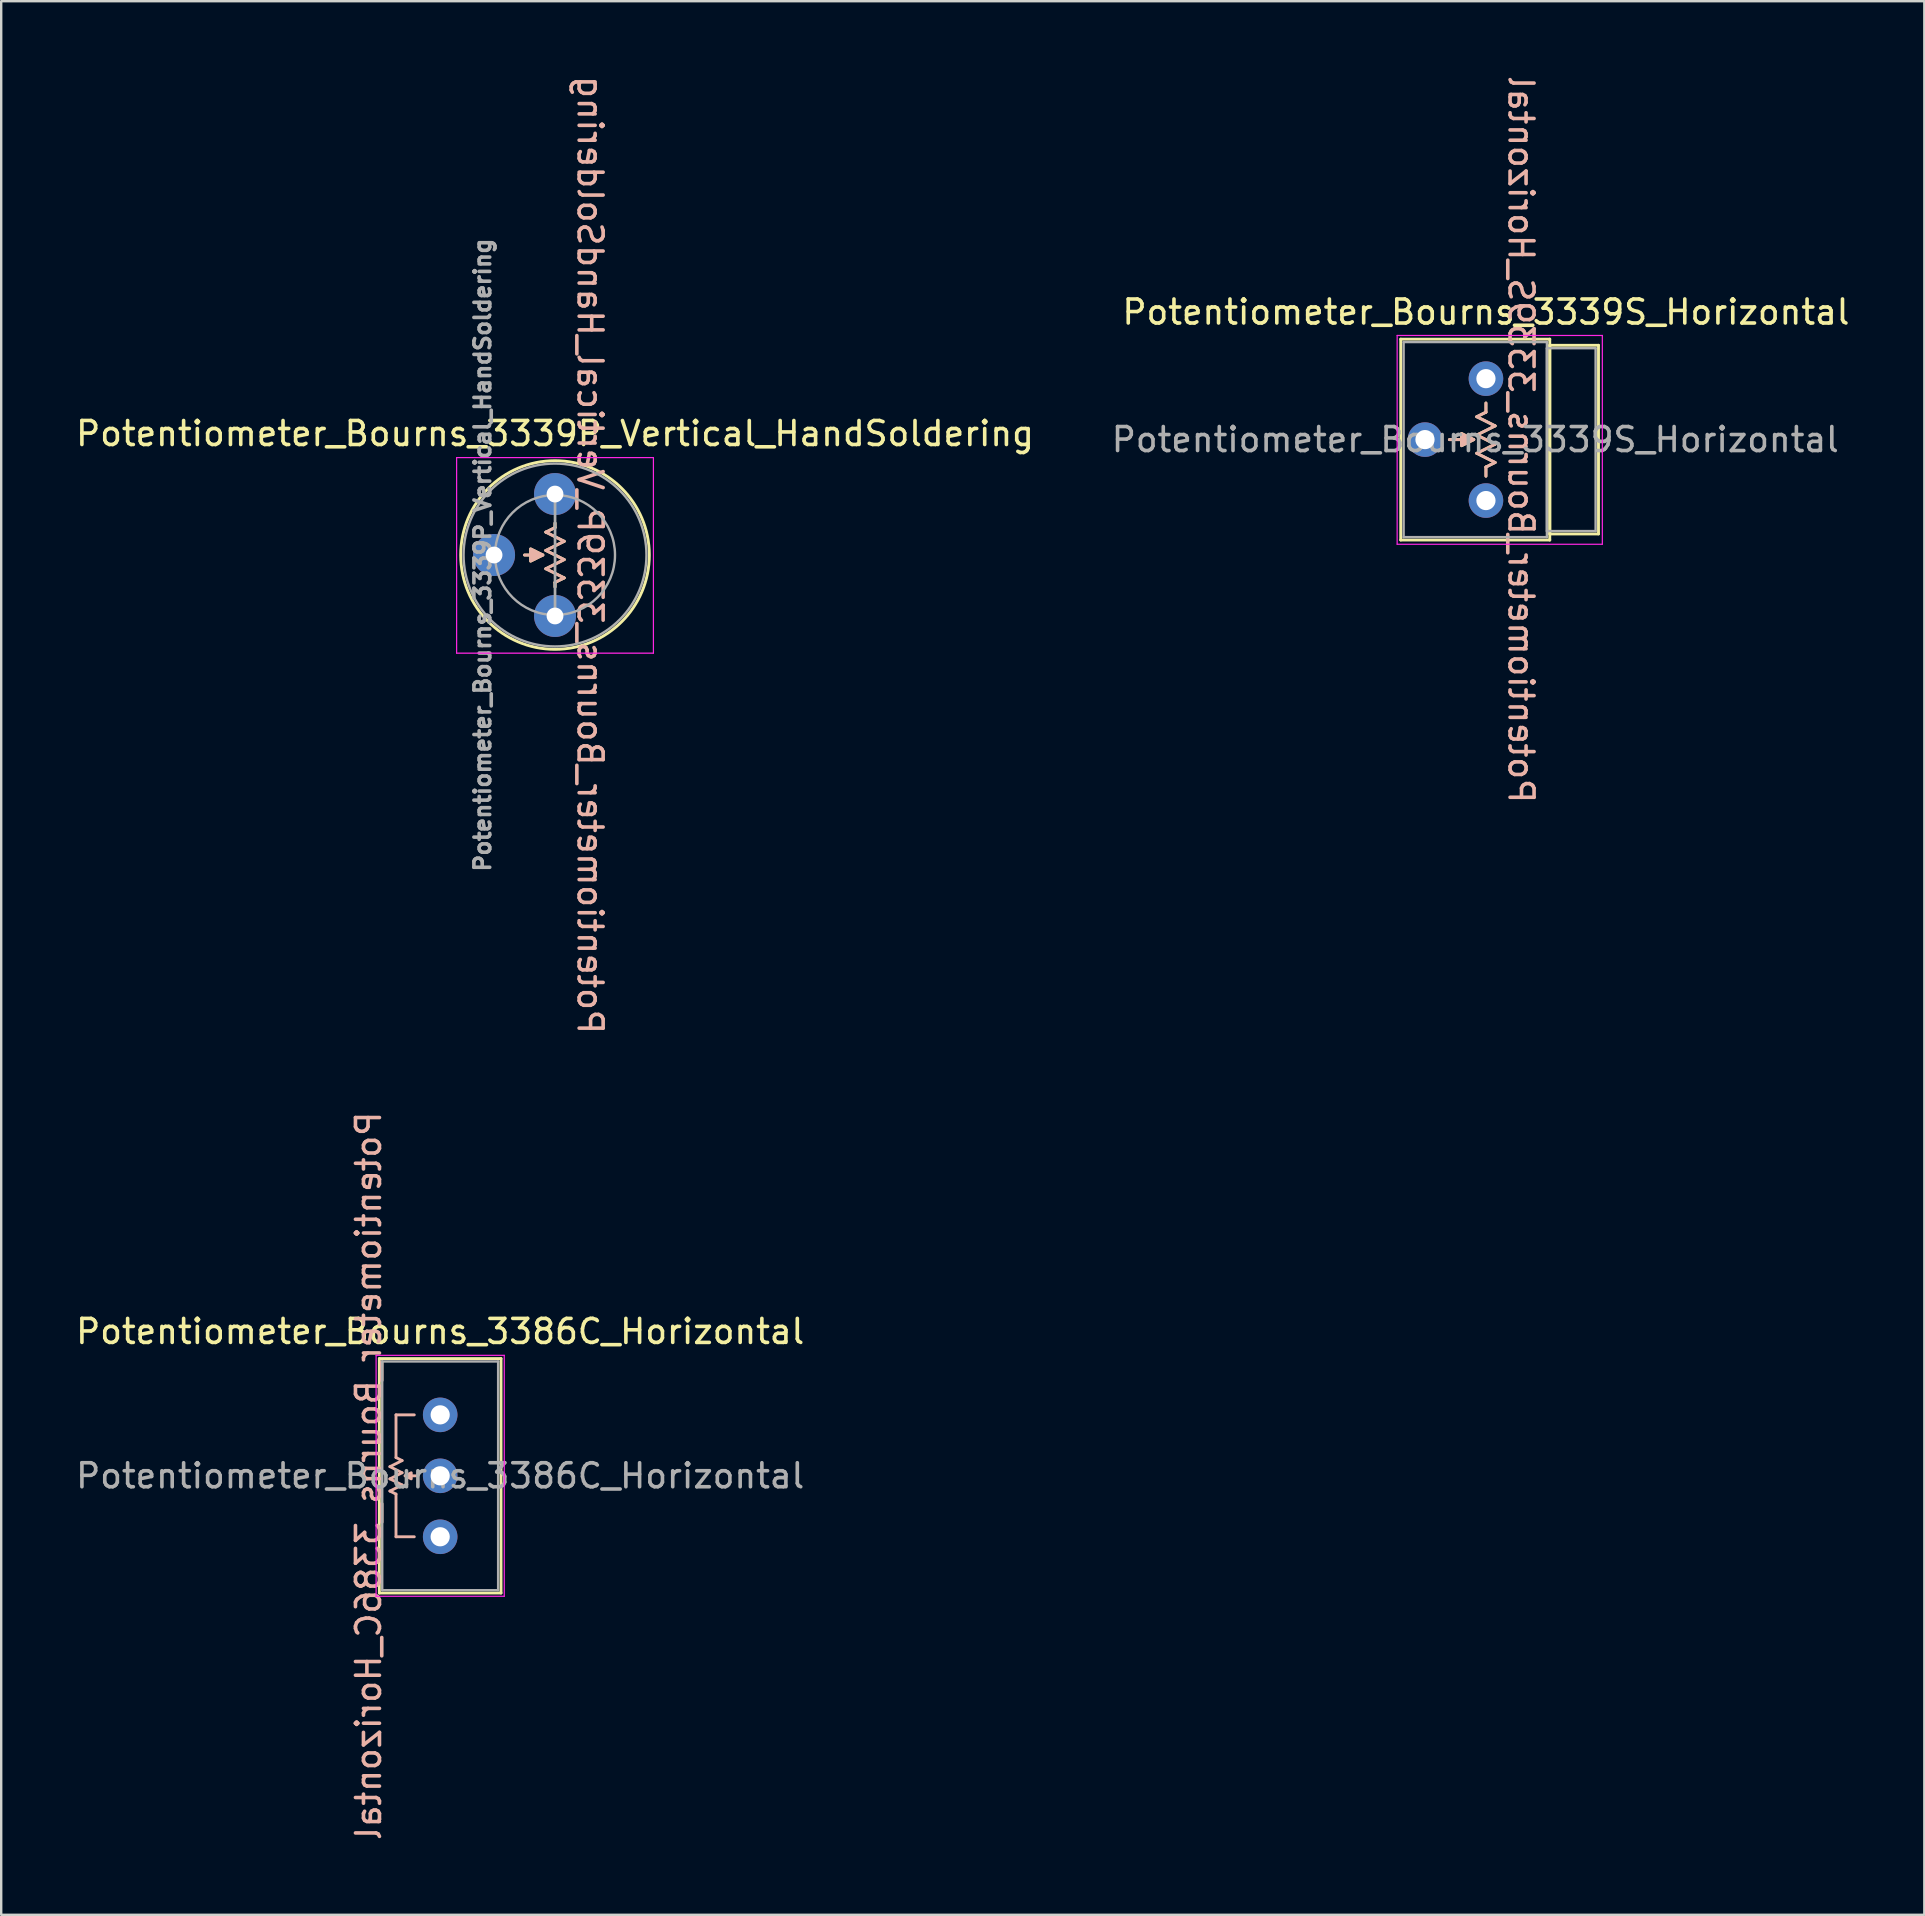
<source format=kicad_pcb>
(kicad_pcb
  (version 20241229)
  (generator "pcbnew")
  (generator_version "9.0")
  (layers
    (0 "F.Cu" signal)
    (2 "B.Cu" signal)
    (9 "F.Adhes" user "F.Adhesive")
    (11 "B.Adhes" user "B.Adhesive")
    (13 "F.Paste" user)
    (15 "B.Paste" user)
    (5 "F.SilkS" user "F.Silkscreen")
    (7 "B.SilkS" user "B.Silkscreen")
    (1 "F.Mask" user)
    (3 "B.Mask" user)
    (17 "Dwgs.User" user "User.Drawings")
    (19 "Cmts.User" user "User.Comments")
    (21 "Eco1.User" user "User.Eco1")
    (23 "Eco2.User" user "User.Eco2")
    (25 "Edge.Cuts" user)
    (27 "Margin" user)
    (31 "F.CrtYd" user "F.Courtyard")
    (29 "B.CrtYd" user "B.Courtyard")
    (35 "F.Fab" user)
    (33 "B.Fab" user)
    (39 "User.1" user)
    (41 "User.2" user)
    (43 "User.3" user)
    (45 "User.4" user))
  (footprint "Potentiometer_Bourns_3386C_Horizontal"
    (layer "F.Cu")
    (at 15.292 55.906)
    (property "Reference" "Potentiometer_Bourns_3386C_Horizontal" (at 0 -3.475 0) (layer "F.SilkS") (effects (font (size 1 1) (thickness 0.15))))
    (attr through_hole)
    (fp_line (start -2.535 -2.345) (end -2.535 7.425) (stroke (width 0.12) (type solid)) (layer "F.SilkS"))
    (fp_line (start -2.535 -2.345) (end 2.535 -2.345) (stroke (width 0.12) (type solid)) (layer "F.SilkS"))
    (fp_line (start -2.535 7.425) (end 2.535 7.425) (stroke (width 0.12) (type solid)) (layer "F.SilkS"))
    (fp_line (start 2.535 -2.345) (end 2.535 7.425) (stroke (width 0.12) (type solid)) (layer "F.SilkS"))
    (fp_line (start -2.095 2.159) (end -1.587 1.905) (stroke (width 0.12) (type solid)) (layer "B.SilkS"))
    (fp_line (start -2.095 2.667) (end -1.587 2.413) (stroke (width 0.12) (type solid)) (layer "B.SilkS"))
    (fp_line (start -2.095 3.175) (end -1.587 2.921) (stroke (width 0.12) (type solid)) (layer "B.SilkS"))
    (fp_line (start -1.841 0) (end -1.079 0) (stroke (width 0.12) (type solid)) (layer "B.SilkS"))
    (fp_line (start -1.841 1.778) (end -1.841 0) (stroke (width 0.12) (type solid)) (layer "B.SilkS"))
    (fp_line (start -1.841 3.302) (end -2.095 3.175) (stroke (width 0.12) (type solid)) (layer "B.SilkS"))
    (fp_line (start -1.841 5.08) (end -1.841 3.302) (stroke (width 0.12) (type solid)) (layer "B.SilkS"))
    (fp_line (start -1.587 1.905) (end -1.841 1.778) (stroke (width 0.12) (type solid)) (layer "B.SilkS"))
    (fp_line (start -1.587 2.413) (end -2.095 2.159) (stroke (width 0.12) (type solid)) (layer "B.SilkS"))
    (fp_line (start -1.587 2.921) (end -2.095 2.667) (stroke (width 0.12) (type solid)) (layer "B.SilkS"))
    (fp_line (start -1.46 2.54) (end -1.016 2.54) (stroke (width 0.12) (type solid)) (layer "B.SilkS"))
    (fp_line (start -1.079 5.08) (end -1.841 5.08) (stroke (width 0.12) (type solid)) (layer "B.SilkS"))
    (fp_poly (pts (xy -1.206 2.413) (xy -1.206 2.667) (xy -1.46 2.54)) (stroke (width 0.12) (type solid)) (fill yes) (layer "B.SilkS"))
    (fp_line (start -2.67 -2.48) (end -2.67 7.56) (stroke (width 0.05) (type solid)) (layer "F.CrtYd"))
    (fp_line (start -2.67 7.56) (end 2.67 7.56) (stroke (width 0.05) (type solid)) (layer "F.CrtYd"))
    (fp_line (start 2.67 -2.48) (end -2.67 -2.48) (stroke (width 0.05) (type solid)) (layer "F.CrtYd"))
    (fp_line (start 2.67 7.56) (end 2.67 -2.48) (stroke (width 0.05) (type solid)) (layer "F.CrtYd"))
    (fp_line (start -2.415 -2.225) (end 2.415 -2.225) (stroke (width 0.1) (type solid)) (layer "F.Fab"))
    (fp_line (start -2.415 7.305) (end -2.415 -2.225) (stroke (width 0.1) (type solid)) (layer "F.Fab"))
    (fp_line (start 2.415 -2.225) (end 2.415 7.305) (stroke (width 0.1) (type solid)) (layer "F.Fab"))
    (fp_line (start 2.415 7.305) (end -2.415 7.305) (stroke (width 0.1) (type solid)) (layer "F.Fab"))
    (fp_text user "${REFERENCE}" (at -2.985 2.54 90) (unlocked yes) (layer "B.SilkS") (effects (font (size 1 1) (thickness 0.15)) (justify mirror)))
    (fp_text user "${REFERENCE}" (at 0 2.54 0) (layer "F.Fab") (effects (font (size 1 1) (thickness 0.15))))
    (pad "1" thru_hole circle (at 0 0) (size 1.44 1.44) (drill 0.8) (layers "*.Cu" "*.Mask"))
    (pad "2" thru_hole circle (at 0 2.54) (size 1.44 1.44) (drill 0.8) (layers "*.Cu" "*.Mask"))
    (pad "3" thru_hole circle (at 0 5.08) (size 1.44 1.44) (drill 0.8) (layers "*.Cu" "*.Mask")))
  (footprint "Potentiometer_Bourns_3339S_Horizontal"
    (layer "F.Cu")
    (at 58.868 12.728)
    (property "Reference" "Potentiometer_Bourns_3339S_Horizontal" (at 0 -2.775 0) (layer "F.SilkS") (effects (font (size 1 1) (thickness 0.15))))
    (attr through_hole)
    (fp_line (start -3.55 -1.646) (end -3.55 6.725) (stroke (width 0.12) (type solid)) (layer "F.SilkS"))
    (fp_line (start -3.55 -1.646) (end 2.66 -1.646) (stroke (width 0.12) (type solid)) (layer "F.SilkS"))
    (fp_line (start -3.55 6.725) (end 2.66 6.725) (stroke (width 0.12) (type solid)) (layer "F.SilkS"))
    (fp_line (start -1.524 2.54) (end -0.508 2.54) (stroke (width 0.12) (type solid)) (layer "F.SilkS"))
    (fp_line (start -0.381 1.587) (end 0.381 1.968) (stroke (width 0.12) (type solid)) (layer "F.SilkS"))
    (fp_line (start -0.381 2.349) (end 0.381 2.731) (stroke (width 0.12) (type solid)) (layer "F.SilkS"))
    (fp_line (start -0.381 3.111) (end 0.381 3.493) (stroke (width 0.12) (type solid)) (layer "F.SilkS"))
    (fp_line (start 0 1.397) (end -0.381 1.587) (stroke (width 0.12) (type solid)) (layer "F.SilkS"))
    (fp_line (start 0 1.397) (end 0 1.016) (stroke (width 0.12) (type solid)) (layer "F.SilkS"))
    (fp_line (start 0 3.683) (end 0 4.064) (stroke (width 0.12) (type solid)) (layer "F.SilkS"))
    (fp_line (start 0.381 1.968) (end -0.381 2.349) (stroke (width 0.12) (type solid)) (layer "F.SilkS"))
    (fp_line (start 0.381 2.731) (end -0.381 3.111) (stroke (width 0.12) (type solid)) (layer "F.SilkS"))
    (fp_line (start 0.381 3.493) (end 0 3.683) (stroke (width 0.12) (type solid)) (layer "F.SilkS"))
    (fp_line (start 2.66 -1.646) (end 2.66 6.725) (stroke (width 0.12) (type solid)) (layer "F.SilkS"))
    (fp_line (start 2.66 -1.39) (end 2.66 6.471) (stroke (width 0.12) (type solid)) (layer "F.SilkS"))
    (fp_line (start 2.66 -1.39) (end 4.69 -1.39) (stroke (width 0.12) (type solid)) (layer "F.SilkS"))
    (fp_line (start 2.66 6.471) (end 4.69 6.471) (stroke (width 0.12) (type solid)) (layer "F.SilkS"))
    (fp_line (start 4.69 -1.39) (end 4.69 6.471) (stroke (width 0.12) (type solid)) (layer "F.SilkS"))
    (fp_poly (pts (xy -0.508 2.54) (xy -1.016 2.794) (xy -1.016 2.286)) (stroke (width 0.12) (type solid)) (fill yes) (layer "F.SilkS"))
    (fp_line (start -1.524 2.54) (end -0.508 2.54) (stroke (width 0.12) (type solid)) (layer "B.SilkS"))
    (fp_line (start -0.381 1.587) (end 0.381 1.968) (stroke (width 0.12) (type solid)) (layer "B.SilkS"))
    (fp_line (start -0.381 2.349) (end 0.381 2.731) (stroke (width 0.12) (type solid)) (layer "B.SilkS"))
    (fp_line (start -0.381 3.111) (end 0.381 3.493) (stroke (width 0.12) (type solid)) (layer "B.SilkS"))
    (fp_line (start 0 1.016) (end 0 1.397) (stroke (width 0.12) (type solid)) (layer "B.SilkS"))
    (fp_line (start 0 1.397) (end -0.381 1.587) (stroke (width 0.12) (type solid)) (layer "B.SilkS"))
    (fp_line (start 0 3.683) (end 0 4.064) (stroke (width 0.12) (type solid)) (layer "B.SilkS"))
    (fp_line (start 0.381 1.968) (end -0.381 2.349) (stroke (width 0.12) (type solid)) (layer "B.SilkS"))
    (fp_line (start 0.381 2.731) (end -0.381 3.111) (stroke (width 0.12) (type solid)) (layer "B.SilkS"))
    (fp_line (start 0.381 3.493) (end 0 3.683) (stroke (width 0.12) (type solid)) (layer "B.SilkS"))
    (fp_poly (pts (xy -0.508 2.54) (xy -1.016 2.794) (xy -1.016 2.286)) (stroke (width 0.12) (type solid)) (fill yes) (layer "B.SilkS"))
    (fp_line (start -3.7 -1.8) (end -3.7 6.9) (stroke (width 0.05) (type solid)) (layer "F.CrtYd"))
    (fp_line (start -3.7 6.9) (end 4.85 6.9) (stroke (width 0.05) (type solid)) (layer "F.CrtYd"))
    (fp_line (start 4.85 -1.8) (end -3.7 -1.8) (stroke (width 0.05) (type solid)) (layer "F.CrtYd"))
    (fp_line (start 4.85 6.9) (end 4.85 -1.8) (stroke (width 0.05) (type solid)) (layer "F.CrtYd"))
    (fp_line (start -3.43 -1.525) (end -3.43 6.605) (stroke (width 0.1) (type solid)) (layer "F.Fab"))
    (fp_line (start -3.43 6.605) (end 2.54 6.605) (stroke (width 0.1) (type solid)) (layer "F.Fab"))
    (fp_line (start 2.54 -1.525) (end -3.43 -1.525) (stroke (width 0.1) (type solid)) (layer "F.Fab"))
    (fp_line (start 2.54 -1.27) (end 2.54 6.35) (stroke (width 0.1) (type solid)) (layer "F.Fab"))
    (fp_line (start 2.54 6.35) (end 4.57 6.35) (stroke (width 0.1) (type solid)) (layer "F.Fab"))
    (fp_line (start 2.54 6.605) (end 2.54 -1.525) (stroke (width 0.1) (type solid)) (layer "F.Fab"))
    (fp_line (start 4.57 -1.27) (end 2.54 -1.27) (stroke (width 0.1) (type solid)) (layer "F.Fab"))
    (fp_line (start 4.57 6.35) (end 4.57 -1.27) (stroke (width 0.1) (type solid)) (layer "F.Fab"))
    (fp_text user "${REFERENCE}" (at 1.46 2.54 270) (unlocked yes) (layer "B.SilkS") (effects (font (size 1 1) (thickness 0.15)) (justify mirror)))
    (fp_text user "${REFERENCE}" (at -0.445 2.54 0) (layer "F.Fab") (effects (font (size 1 1) (thickness 0.15))))
    (pad "1" thru_hole circle (at 0 0) (size 1.44 1.44) (drill 0.8) (layers "*.Cu" "*.Mask"))
    (pad "2" thru_hole circle (at -2.54 2.54) (size 1.44 1.44) (drill 0.8) (layers "*.Cu" "*.Mask"))
    (pad "3" thru_hole circle (at 0 5.08) (size 1.44 1.44) (drill 0.8) (layers "*.Cu" "*.Mask")))
  (footprint "Potentiometer_Bourns_3339P_Vertical_HandSoldering"
    (layer "F.Cu")
    (at 20.077 22.617)
    (property "Reference" "Potentiometer_Bourns_3339P_Vertical_HandSoldering" (at 0 -7.6 0) (layer "F.SilkS") (effects (font (size 1 1) (thickness 0.15))))
    (attr through_hole)
    (fp_line (start -1.27 -2.54) (end -0.508 -2.54) (stroke (width 0.12) (type solid)) (layer "F.SilkS"))
    (fp_line (start -0.381 -3.493) (end 0.381 -3.111) (stroke (width 0.12) (type solid)) (layer "F.SilkS"))
    (fp_line (start -0.381 -2.731) (end 0.381 -2.349) (stroke (width 0.12) (type solid)) (layer "F.SilkS"))
    (fp_line (start -0.381 -1.968) (end 0.381 -1.587) (stroke (width 0.12) (type solid)) (layer "F.SilkS"))
    (fp_line (start 0 -3.683) (end -0.381 -3.493) (stroke (width 0.12) (type solid)) (layer "F.SilkS"))
    (fp_line (start 0 -3.683) (end 0 -3.873) (stroke (width 0.12) (type solid)) (layer "F.SilkS"))
    (fp_line (start 0 -1.397) (end 0 -1.206) (stroke (width 0.12) (type solid)) (layer "F.SilkS"))
    (fp_line (start 0.381 -3.111) (end -0.381 -2.731) (stroke (width 0.12) (type solid)) (layer "F.SilkS"))
    (fp_line (start 0.381 -2.349) (end -0.381 -1.968) (stroke (width 0.12) (type solid)) (layer "F.SilkS"))
    (fp_line (start 0.381 -1.587) (end 0 -1.397) (stroke (width 0.12) (type solid)) (layer "F.SilkS"))
    (fp_circle (center 0 -2.54) (end 3.93 -2.54) (stroke (width 0.12) (type solid)) (fill no) (layer "F.SilkS"))
    (fp_poly (pts (xy -0.508 -2.54) (xy -1.016 -2.286) (xy -1.016 -2.794)) (stroke (width 0.12) (type solid)) (fill yes) (layer "F.SilkS"))
    (fp_line (start -1.27 -2.54) (end -0.508 -2.54) (stroke (width 0.12) (type solid)) (layer "B.SilkS"))
    (fp_line (start -0.381 -3.493) (end 0.381 -3.111) (stroke (width 0.12) (type solid)) (layer "B.SilkS"))
    (fp_line (start -0.381 -2.731) (end 0.381 -2.349) (stroke (width 0.12) (type solid)) (layer "B.SilkS"))
    (fp_line (start -0.381 -1.968) (end 0.381 -1.587) (stroke (width 0.12) (type solid)) (layer "B.SilkS"))
    (fp_line (start 0 -3.873) (end 0 -3.683) (stroke (width 0.12) (type solid)) (layer "B.SilkS"))
    (fp_line (start 0 -3.683) (end -0.381 -3.493) (stroke (width 0.12) (type solid)) (layer "B.SilkS"))
    (fp_line (start 0 -1.397) (end 0 -1.206) (stroke (width 0.12) (type solid)) (layer "B.SilkS"))
    (fp_line (start 0.381 -3.111) (end -0.381 -2.731) (stroke (width 0.12) (type solid)) (layer "B.SilkS"))
    (fp_line (start 0.381 -2.349) (end -0.381 -1.968) (stroke (width 0.12) (type solid)) (layer "B.SilkS"))
    (fp_line (start 0.381 -1.587) (end 0 -1.397) (stroke (width 0.12) (type solid)) (layer "B.SilkS"))
    (fp_poly (pts (xy -0.508 -2.54) (xy -1.016 -2.286) (xy -1.016 -2.794)) (stroke (width 0.12) (type solid)) (fill yes) (layer "B.SilkS"))
    (fp_line (start -4.1 -6.6) (end -4.1 1.55) (stroke (width 0.05) (type solid)) (layer "F.CrtYd"))
    (fp_line (start -4.1 1.55) (end 4.1 1.55) (stroke (width 0.05) (type solid)) (layer "F.CrtYd"))
    (fp_line (start 4.1 -6.6) (end -4.1 -6.6) (stroke (width 0.05) (type solid)) (layer "F.CrtYd"))
    (fp_line (start 4.1 1.55) (end 4.1 -6.6) (stroke (width 0.05) (type solid)) (layer "F.CrtYd"))
    (fp_line (start 0 -0.064) (end 0.001 -5.014) (stroke (width 0.1) (type solid)) (layer "F.Fab"))
    (fp_line (start 0 -0.064) (end 0.001 -5.014) (stroke (width 0.1) (type solid)) (layer "F.Fab"))
    (fp_circle (center 0 -2.54) (end 2.5 -2.54) (stroke (width 0.1) (type solid)) (fill no) (layer "F.Fab"))
    (fp_circle (center 0 -2.54) (end 3.81 -2.54) (stroke (width 0.1) (type solid)) (fill no) (layer "F.Fab"))
    (fp_text user "${REFERENCE}" (at 1.46 -2.54 270) (unlocked yes) (layer "B.SilkS") (effects (font (size 1 1) (thickness 0.15)) (justify mirror)))
    (fp_text user "${REFERENCE}" (at -3.018 -2.54 90) (layer "F.Fab") (effects (font (size 0.66 0.66) (thickness 0.15))))
    (pad "1" thru_hole circle (at 0 0) (size 1.75 1.75) (drill 0.7) (layers "*.Cu" "*.Mask"))
    (pad "2" thru_hole circle (at -2.54 -2.54) (size 1.75 1.75) (drill 0.7) (layers "*.Cu" "*.Mask"))
    (pad "3" thru_hole circle (at 0 -5.08) (size 1.75 1.75) (drill 0.7) (layers "*.Cu" "*.Mask")))
  (gr_rect
    (start -3 -3)
    (end 77.135 76.738)
    (stroke (width 0.1) (type default))
    (fill no)
    (layer "Edge.Cuts")))
</source>
